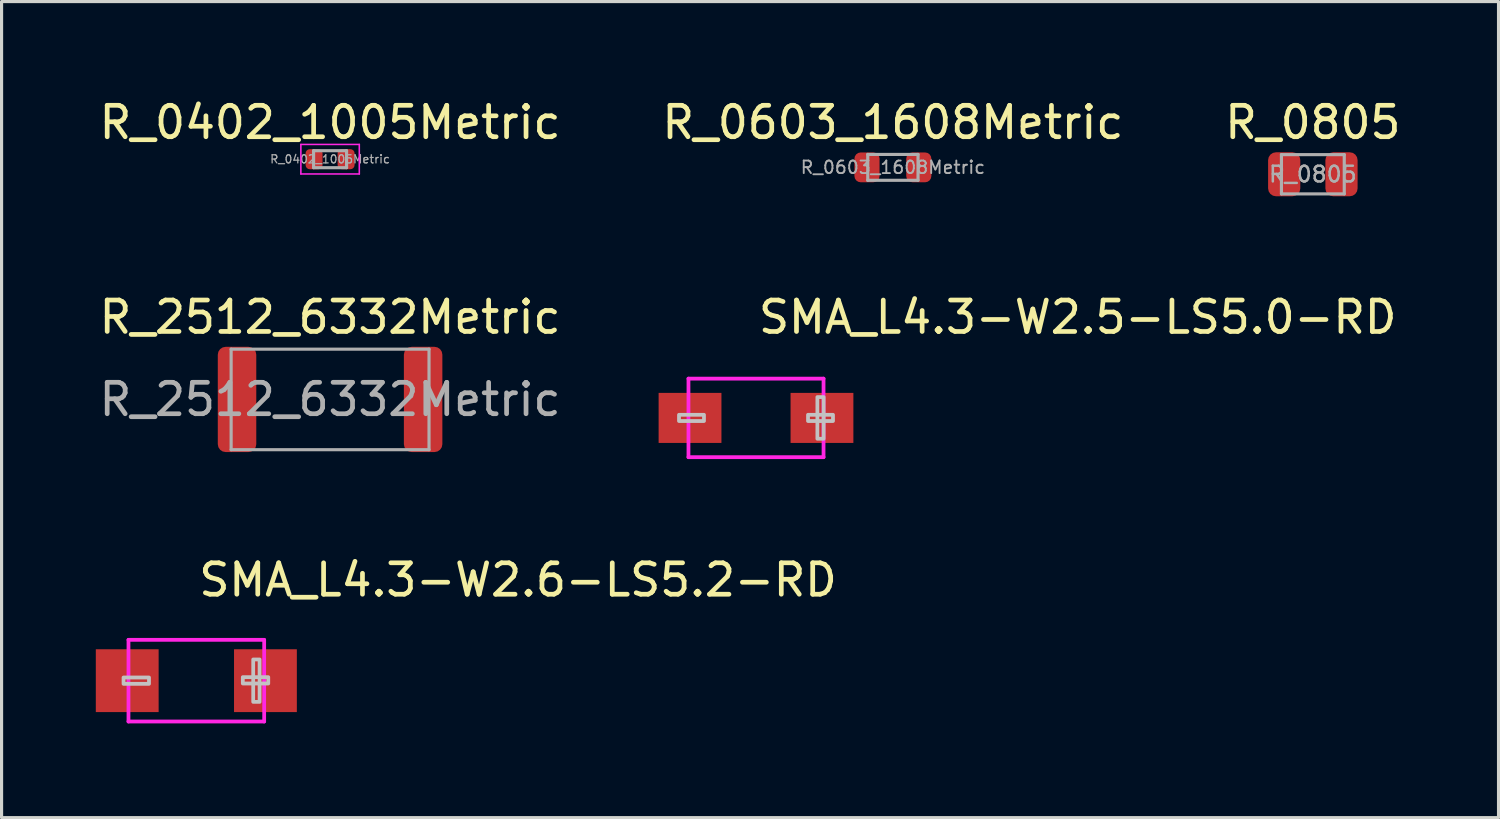
<source format=kicad_pcb>
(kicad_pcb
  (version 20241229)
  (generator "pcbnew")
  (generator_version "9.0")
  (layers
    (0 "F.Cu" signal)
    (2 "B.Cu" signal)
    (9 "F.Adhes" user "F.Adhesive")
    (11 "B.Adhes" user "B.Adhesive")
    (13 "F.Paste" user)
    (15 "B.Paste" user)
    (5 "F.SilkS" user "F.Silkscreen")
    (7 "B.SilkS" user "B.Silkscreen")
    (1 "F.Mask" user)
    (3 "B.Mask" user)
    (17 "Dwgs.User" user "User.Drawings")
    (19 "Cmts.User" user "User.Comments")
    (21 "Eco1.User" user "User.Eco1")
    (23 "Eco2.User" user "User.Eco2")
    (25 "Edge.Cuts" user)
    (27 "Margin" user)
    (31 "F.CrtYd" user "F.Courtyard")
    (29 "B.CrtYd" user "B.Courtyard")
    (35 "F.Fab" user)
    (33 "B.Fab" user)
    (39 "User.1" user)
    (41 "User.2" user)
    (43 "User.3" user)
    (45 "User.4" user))
  (footprint "R_0805"
    (layer "F.Cu")
    (at 38.744 2.498)
    (property "Reference" "R_0805" (at 0 -1.65 0) (layer "F.SilkS") (effects (font (size 1 1) (thickness 0.15))))
    (attr smd)
    (fp_line (start -1 -0.625) (end 1 -0.625) (stroke (width 0.1) (type solid)) (layer "F.Fab"))
    (fp_line (start -1 0.625) (end -1 -0.625) (stroke (width 0.1) (type solid)) (layer "F.Fab"))
    (fp_line (start 1 -0.625) (end 1 0.625) (stroke (width 0.1) (type solid)) (layer "F.Fab"))
    (fp_line (start 1 0.625) (end -1 0.625) (stroke (width 0.1) (type solid)) (layer "F.Fab"))
    (fp_text user "${REFERENCE}" (at 0 0 0) (layer "F.Fab") (effects (font (size 0.5 0.5) (thickness 0.08))))
    (pad "1" smd roundrect (at -0.912 0) (size 1.025 1.4) (layers "F.Cu" "F.Mask" "F.Paste") (roundrect_rratio 0.244))
    (pad "2" smd roundrect (at 0.912 0) (size 1.025 1.4) (layers "F.Cu" "F.Mask" "F.Paste") (roundrect_rratio 0.244)))
  (footprint "R_0603_1608Metric"
    (layer "F.Cu")
    (at 25.375 2.278)
    (property "Reference" "R_0603_1608Metric" (at 0 -1.43 0) (layer "F.SilkS") (effects (font (size 1 1) (thickness 0.15))))
    (attr smd)
    (fp_line (start -0.8 -0.412) (end 0.8 -0.412) (stroke (width 0.1) (type solid)) (layer "F.Fab"))
    (fp_line (start -0.8 0.412) (end -0.8 -0.412) (stroke (width 0.1) (type solid)) (layer "F.Fab"))
    (fp_line (start 0.8 -0.412) (end 0.8 0.412) (stroke (width 0.1) (type solid)) (layer "F.Fab"))
    (fp_line (start 0.8 0.412) (end -0.8 0.412) (stroke (width 0.1) (type solid)) (layer "F.Fab"))
    (fp_text user "${REFERENCE}" (at 0 0 0) (layer "F.Fab") (effects (font (size 0.4 0.4) (thickness 0.06))))
    (pad "1" smd roundrect (at -0.825 0) (size 0.8 0.95) (layers "F.Cu" "F.Mask" "F.Paste") (roundrect_rratio 0.25))
    (pad "2" smd roundrect (at 0.825 0) (size 0.8 0.95) (layers "F.Cu" "F.Mask" "F.Paste") (roundrect_rratio 0.25)))
  (footprint "R_2512_6332Metric"
    (layer "F.Cu")
    (at 7.458 9.666)
    (property "Reference" "R_2512_6332Metric" (at 0 -2.62 0) (layer "F.SilkS") (effects (font (size 1 1) (thickness 0.15))))
    (attr smd)
    (fp_rect (start -3.6 -1.7) (end 3.6 1.7) (stroke (width 0.05) (type default)) (fill no) (layer "Margin"))
    (fp_line (start -3.15 -1.6) (end 3.15 -1.6) (stroke (width 0.1) (type solid)) (layer "F.Fab"))
    (fp_line (start -3.15 1.6) (end -3.15 -1.6) (stroke (width 0.1) (type solid)) (layer "F.Fab"))
    (fp_line (start 3.15 -1.6) (end 3.15 1.6) (stroke (width 0.1) (type solid)) (layer "F.Fab"))
    (fp_line (start 3.15 1.6) (end -3.15 1.6) (stroke (width 0.1) (type solid)) (layer "F.Fab"))
    (fp_text user "${REFERENCE}" (at 0 0 0) (layer "F.Fab") (effects (font (size 1 1) (thickness 0.15))))
    (pad "1" smd roundrect (at -2.962 0) (size 1.225 3.35) (layers "F.Cu" "F.Mask" "F.Paste") (roundrect_rratio 0.204))
    (pad "2" smd roundrect (at 2.962 0) (size 1.225 3.35) (layers "F.Cu" "F.Mask" "F.Paste") (roundrect_rratio 0.204)))
  (footprint "R_0402_1005Metric"
    (layer "F.Cu")
    (at 7.458 2.018)
    (property "Reference" "R_0402_1005Metric" (at 0 -1.17 0) (layer "F.SilkS") (effects (font (size 1 1) (thickness 0.15))))
    (attr smd)
    (fp_line (start -0.93 -0.47) (end 0.93 -0.47) (stroke (width 0.05) (type solid)) (layer "F.CrtYd"))
    (fp_line (start -0.93 0.47) (end -0.93 -0.47) (stroke (width 0.05) (type solid)) (layer "F.CrtYd"))
    (fp_line (start 0.93 -0.47) (end 0.93 0.47) (stroke (width 0.05) (type solid)) (layer "F.CrtYd"))
    (fp_line (start 0.93 0.47) (end -0.93 0.47) (stroke (width 0.05) (type solid)) (layer "F.CrtYd"))
    (fp_line (start -0.525 -0.27) (end 0.525 -0.27) (stroke (width 0.1) (type solid)) (layer "F.Fab"))
    (fp_line (start -0.525 0.27) (end -0.525 -0.27) (stroke (width 0.1) (type solid)) (layer "F.Fab"))
    (fp_line (start 0.525 -0.27) (end 0.525 0.27) (stroke (width 0.1) (type solid)) (layer "F.Fab"))
    (fp_line (start 0.525 0.27) (end -0.525 0.27) (stroke (width 0.1) (type solid)) (layer "F.Fab"))
    (fp_text user "${REFERENCE}" (at 0 0 0) (layer "F.Fab") (effects (font (size 0.26 0.26) (thickness 0.04))))
    (pad "1" smd roundrect (at -0.51 0) (size 0.54 0.64) (layers "F.Cu" "F.Mask" "F.Paste") (roundrect_rratio 0.25))
    (pad "2" smd roundrect (at 0.51 0) (size 0.54 0.64) (layers "F.Cu" "F.Mask" "F.Paste") (roundrect_rratio 0.25)))
  (footprint "SMA_L4.3-W2.5-LS5.0-RD"
    (layer "F.Cu")
    (at 21.017 10.254)
    (property "Reference" "SMA_L4.3-W2.5-LS5.0-RD" (at 0 -3.207 0) (layer "F.SilkS") (effects (font (size 1 1) (thickness 0.15)) (justify left)))
    (attr through_hole)
    (fp_poly (pts (xy -2.451 0.099) (xy -2.451 -0.099) (xy -1.656 -0.099) (xy -1.656 0.099)) (stroke (width 0.12) (type solid)) (fill no) (layer "Dwgs.User"))
    (fp_poly (pts (xy 2.153 0.663) (xy 2.153 -0.663) (xy 1.954 -0.663) (xy 1.954 0.663)) (stroke (width 0.12) (type solid)) (fill no) (layer "Dwgs.User"))
    (fp_poly (pts (xy 2.451 0.099) (xy 2.451 -0.099) (xy 1.656 -0.099) (xy 1.656 0.099)) (stroke (width 0.12) (type solid)) (fill no) (layer "Dwgs.User"))
    (fp_circle (center -0.8 0) (end -0.77 0) (stroke (width 0.06) (type solid)) (fill no) (layer "Eco2.User"))
    (fp_poly (pts (xy -1.307 -0.725) (xy -1.307 0.725) (xy -2.507 0.725) (xy -2.507 -0.725)) (stroke (width 0.12) (type solid)) (fill no) (layer "Eco2.User"))
    (fp_poly (pts (xy 1.307 0.725) (xy 1.307 -0.725) (xy 2.507 -0.725) (xy 2.507 0.725)) (stroke (width 0.12) (type solid)) (fill no) (layer "Eco2.User"))
    (fp_line (start -2.15 -1.25) (end 2.15 -1.25) (stroke (width 0.12) (type solid)) (layer "F.CrtYd"))
    (fp_line (start -2.15 1.25) (end -2.15 -1.25) (stroke (width 0.12) (type solid)) (layer "F.CrtYd"))
    (fp_line (start 2.15 -1.25) (end 2.15 1.25) (stroke (width 0.12) (type solid)) (layer "F.CrtYd"))
    (fp_line (start 2.15 1.25) (end -2.15 1.25) (stroke (width 0.12) (type solid)) (layer "F.CrtYd"))
    (pad "1" smd rect (at -2.1 0 180) (size 2 1.593) (layers "F.Cu" "F.Mask" "F.Paste"))
    (pad "2" smd rect (at 2.1 0 180) (size 2 1.593) (layers "F.Cu" "F.Mask" "F.Paste")))
  (footprint "SMA_L4.3-W2.6-LS5.2-RD"
    (layer "F.Cu")
    (at 3.2 18.619)
    (property "Reference" "SMA_L4.3-W2.6-LS5.2-RD" (at 0 -3.207 0) (layer "F.SilkS") (effects (font (size 1 1) (thickness 0.15)) (justify left)))
    (attr through_hole)
    (fp_poly (pts (xy -2.317 0.101) (xy -2.317 -0.101) (xy -1.507 -0.101) (xy -1.507 0.101)) (stroke (width 0.12) (type solid)) (fill no) (layer "Dwgs.User"))
    (fp_poly (pts (xy 2.014 0.675) (xy 2.014 -0.675) (xy 1.811 -0.675) (xy 1.811 0.675)) (stroke (width 0.12) (type solid)) (fill no) (layer "Dwgs.User"))
    (fp_poly (pts (xy 2.29 0.09) (xy 2.29 -0.112) (xy 1.48 -0.112) (xy 1.48 0.09)) (stroke (width 0.12) (type solid)) (fill no) (layer "Dwgs.User"))
    (fp_circle (center -1 0) (end -0.97 0) (stroke (width 0.06) (type solid)) (fill no) (layer "Eco2.User"))
    (fp_poly (pts (xy -1.48 -0.725) (xy -1.48 0.725) (xy -2.605 0.725) (xy -2.605 -0.725)) (stroke (width 0.12) (type solid)) (fill no) (layer "Eco2.User"))
    (fp_poly (pts (xy 2.605 -0.725) (xy 2.605 0.725) (xy 1.48 0.725) (xy 1.48 -0.725)) (stroke (width 0.12) (type solid)) (fill no) (layer "Eco2.User"))
    (fp_line (start -2.16 -1.3) (end 2.16 -1.3) (stroke (width 0.12) (type solid)) (layer "F.CrtYd"))
    (fp_line (start -2.16 1.3) (end -2.16 -1.3) (stroke (width 0.12) (type solid)) (layer "F.CrtYd"))
    (fp_line (start 2.16 -1.3) (end 2.16 1.3) (stroke (width 0.12) (type solid)) (layer "F.CrtYd"))
    (fp_line (start 2.16 1.3) (end -2.16 1.3) (stroke (width 0.12) (type solid)) (layer "F.CrtYd"))
    (pad "1" smd rect (at -2.2 0 180) (size 2 2) (layers "F.Cu" "F.Mask" "F.Paste"))
    (pad "2" smd rect (at 2.2 0 180) (size 2 2) (layers "F.Cu" "F.Mask" "F.Paste")))
  (gr_rect
    (start -3 -3)
    (end 44.655 22.979)
    (stroke (width 0.1) (type default))
    (fill no)
    (layer "Edge.Cuts")))
</source>
